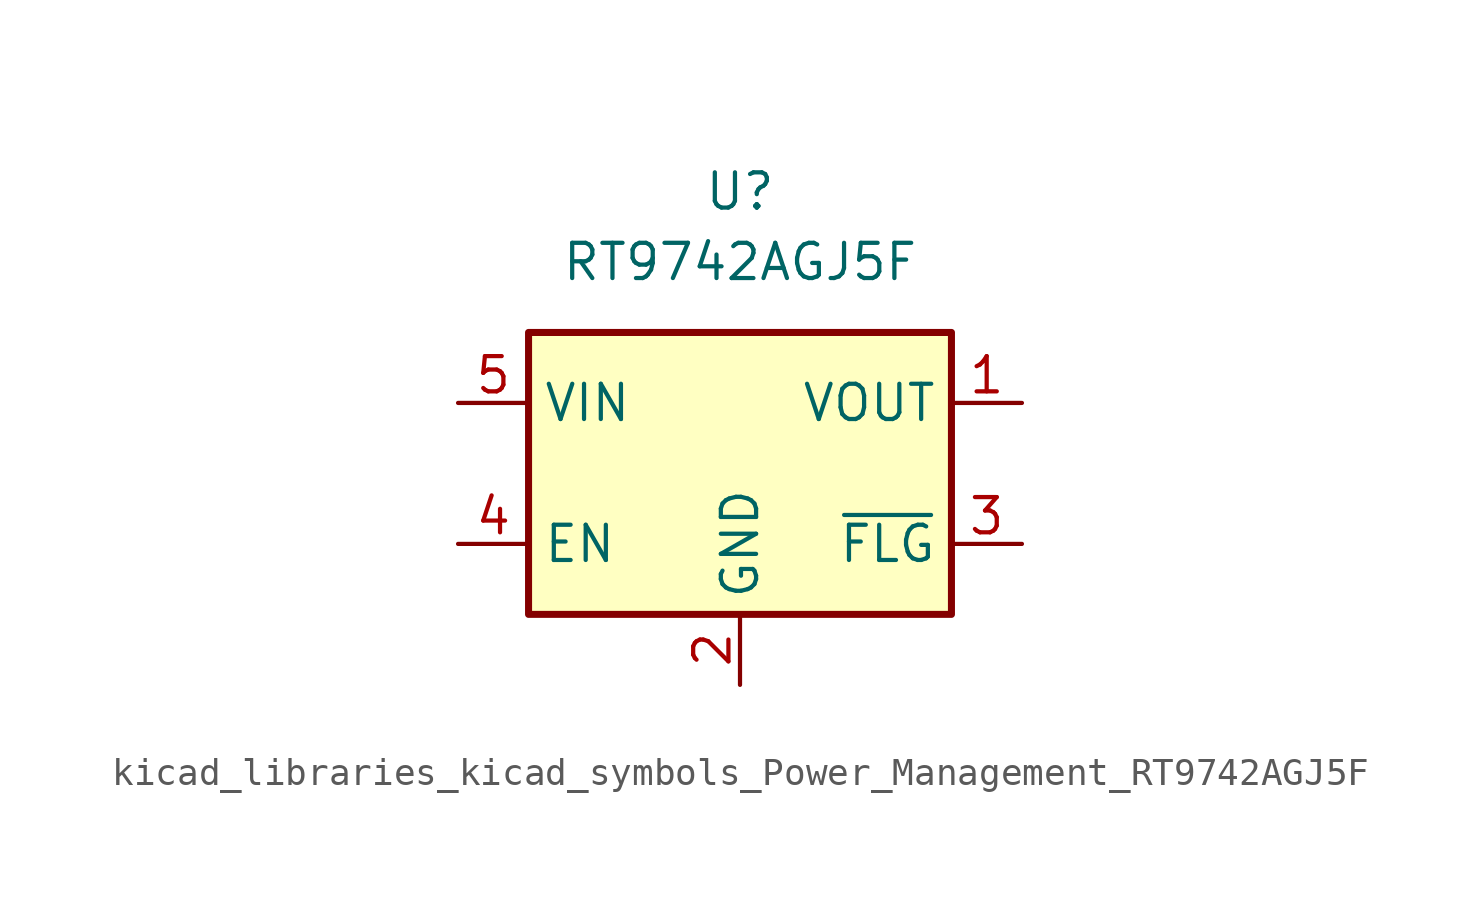
<source format=kicad_sym>
(kicad_symbol_lib
  (version 20220914)
  (generator kicad_symbol_editor)
  (symbol "kicad_libraries_kicad_symbols_Power_Management_RT9742AGJ5F"
    (property "Reference" "U"
      (at 0 10.16 0)
      (effects (font (size 1.27 1.27))))
    (property "Value" "RT9742AGJ5F"
      (at 0 7.62 0)
      (effects (font (size 1.27 1.27))))
    (symbol "kicad_libraries_kicad_symbols_Power_Management_RT9742AGJ5F_0_1"
      (rectangle (start -7.62 5.08) (end 7.62 -5.08) (stroke (width 0.254) (type default)) (fill (type background))))
    (symbol "kicad_libraries_kicad_symbols_Power_Management_RT9742AGJ5F_1_1"
      (pin power_out line (at 10.16 2.54 180) (length 2.54) (name "VOUT" (effects (font (size 1.27 1.27)))) (number "1" (effects (font (size 1.27 1.27)))))
      (pin power_in line (at 0 -7.62 90) (length 2.54) (name "GND" (effects (font (size 1.27 1.27)))) (number "2" (effects (font (size 1.27 1.27)))))
      (pin open_collector line (at 10.16 -2.54 180) (length 2.54) (name "~{FLG}" (effects (font (size 1.27 1.27)))) (number "3" (effects (font (size 1.27 1.27)))))
      (pin input line (at -10.16 -2.54 0) (length 2.54) (name "EN" (effects (font (size 1.27 1.27)))) (number "4" (effects (font (size 1.27 1.27)))))
      (pin power_in line (at -10.16 2.54 0) (length 2.54) (name "VIN" (effects (font (size 1.27 1.27)))) (number "5" (effects (font (size 1.27 1.27))))))))
</source>
